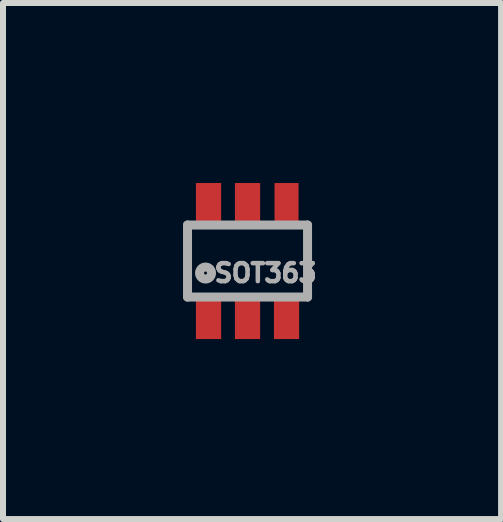
<source format=kicad_pcb>
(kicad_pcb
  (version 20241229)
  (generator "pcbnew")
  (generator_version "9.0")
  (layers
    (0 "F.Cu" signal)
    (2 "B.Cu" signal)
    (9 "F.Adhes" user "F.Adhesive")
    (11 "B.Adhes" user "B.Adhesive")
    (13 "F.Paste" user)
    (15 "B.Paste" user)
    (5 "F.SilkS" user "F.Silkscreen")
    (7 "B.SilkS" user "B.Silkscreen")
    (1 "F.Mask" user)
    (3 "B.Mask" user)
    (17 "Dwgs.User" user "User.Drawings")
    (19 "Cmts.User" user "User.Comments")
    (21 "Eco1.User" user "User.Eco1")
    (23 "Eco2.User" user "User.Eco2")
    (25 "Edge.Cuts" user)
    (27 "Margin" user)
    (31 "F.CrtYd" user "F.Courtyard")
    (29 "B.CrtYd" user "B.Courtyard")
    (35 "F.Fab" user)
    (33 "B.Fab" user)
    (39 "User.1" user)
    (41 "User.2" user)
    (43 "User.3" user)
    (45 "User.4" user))
  (footprint "SOT363"
    (layer "F.Cu")
    (at 1.075 1.3)
    (property "Reference" "SOT363" (at 0.3 0.2 0) (layer "F.Fab") (effects (font (size 0.3 0.3) (thickness 0.075))))
    (attr smd)
    (fp_line (start -1 -0.6) (end 1 -0.6) (stroke (width 0.15) (type solid)) (layer "F.Fab"))
    (fp_line (start -1 0.6) (end -1 -0.6) (stroke (width 0.15) (type solid)) (layer "F.Fab"))
    (fp_line (start 1 -0.6) (end 1 0.6) (stroke (width 0.15) (type solid)) (layer "F.Fab"))
    (fp_line (start 1 0.6) (end -1 0.6) (stroke (width 0.15) (type solid)) (layer "F.Fab"))
    (fp_circle (center -0.7 0.2) (end -0.7 0.3) (stroke (width 0.15) (type solid)) (fill no) (layer "F.Fab"))
    (pad "1" smd rect (at -0.65 0.95) (size 0.42 0.7) (layers "F.Cu" "F.Mask" "F.Paste"))
    (pad "2" smd rect (at 0 0.95) (size 0.42 0.7) (layers "F.Cu" "F.Mask" "F.Paste"))
    (pad "3" smd rect (at 0.65 0.95) (size 0.42 0.7) (layers "F.Cu" "F.Mask" "F.Paste"))
    (pad "4" smd rect (at 0.65 -0.95) (size 0.4 0.7) (layers "F.Cu" "F.Mask" "F.Paste"))
    (pad "5" smd rect (at 0 -0.95) (size 0.42 0.7) (layers "F.Cu" "F.Mask" "F.Paste"))
    (pad "6" smd rect (at -0.65 -0.95) (size 0.42 0.7) (layers "F.Cu" "F.Mask" "F.Paste")))
  (gr_rect
    (start -3 -3)
    (end 5.3 5.6)
    (stroke (width 0.1) (type default))
    (fill no)
    (layer "Edge.Cuts")))
</source>
